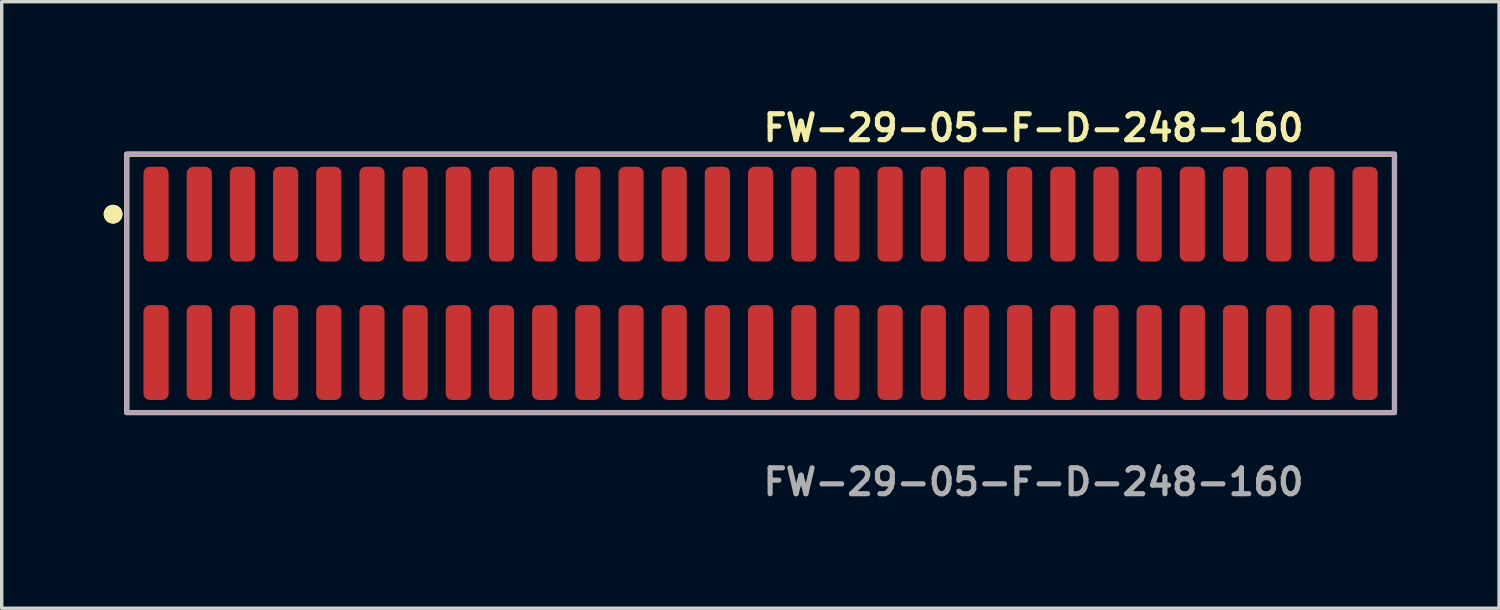
<source format=kicad_pcb>
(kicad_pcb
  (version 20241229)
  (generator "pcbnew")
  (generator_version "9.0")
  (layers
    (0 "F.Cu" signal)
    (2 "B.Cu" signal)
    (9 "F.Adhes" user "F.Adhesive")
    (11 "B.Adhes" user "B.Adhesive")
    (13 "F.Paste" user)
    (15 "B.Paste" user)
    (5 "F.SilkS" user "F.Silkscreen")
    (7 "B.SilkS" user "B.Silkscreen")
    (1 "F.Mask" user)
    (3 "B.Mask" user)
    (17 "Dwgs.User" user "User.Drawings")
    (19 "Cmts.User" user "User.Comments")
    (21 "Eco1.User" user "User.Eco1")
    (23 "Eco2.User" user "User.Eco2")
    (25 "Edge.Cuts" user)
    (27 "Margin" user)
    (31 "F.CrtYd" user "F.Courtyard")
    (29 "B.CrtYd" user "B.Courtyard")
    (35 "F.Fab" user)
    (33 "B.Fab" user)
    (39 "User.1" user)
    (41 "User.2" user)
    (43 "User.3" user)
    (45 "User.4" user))
  (footprint "FW-29-05-F-D-248-160"
    (layer "F.Cu")
    (at 19.321 5.285)
    (property "Reference" "FW-29-05-F-D-248-160" (at 0 -4.572 0) (unlocked yes) (layer "F.SilkS") (effects (font (size 0.762 0.762) (thickness 0.152)) (justify left)))
    (fp_rect (start -18.645 3.8) (end 18.645 -3.8) (stroke (width 0.152) (type solid)) (fill no) (layer "F.SilkS"))
    (fp_circle (center -19.045 -2.035) (end -19.245 -2.035) (stroke (width 0.152) (type solid)) (fill yes) (layer "F.SilkS"))
    (fp_circle (center -19.045 -2.035) (end -19.245 -2.035) (stroke (width 0.152) (type solid)) (fill yes) (layer "F.SilkS"))
    (fp_rect (start -18.645 3.8) (end 18.645 -3.8) (stroke (width 0.006) (type solid)) (fill no) (layer "F.CrtYd"))
    (fp_rect (start -18.645 3.8) (end 18.645 -3.8) (stroke (width 0.152) (type solid)) (fill no) (layer "F.Fab"))
    (fp_text user "${REFERENCE}" (at 0 5.842 0) (unlocked yes) (layer "F.Fab") (effects (font (size 0.762 0.762) (thickness 0.152)) (justify left)))
    (pad "1" smd roundrect (at -17.78 -2.035) (size 0.74 2.79) (layers "F.Cu" "F.Paste") (roundrect_rratio 0.25))
    (pad "2" smd roundrect (at -17.78 2.035) (size 0.74 2.79) (layers "F.Cu" "F.Paste") (roundrect_rratio 0.25))
    (pad "3" smd roundrect (at -16.51 -2.035) (size 0.74 2.79) (layers "F.Cu" "F.Paste") (roundrect_rratio 0.25))
    (pad "4" smd roundrect (at -16.51 2.035) (size 0.74 2.79) (layers "F.Cu" "F.Paste") (roundrect_rratio 0.25))
    (pad "5" smd roundrect (at -15.24 -2.035) (size 0.74 2.79) (layers "F.Cu" "F.Paste") (roundrect_rratio 0.25))
    (pad "6" smd roundrect (at -15.24 2.035) (size 0.74 2.79) (layers "F.Cu" "F.Paste") (roundrect_rratio 0.25))
    (pad "7" smd roundrect (at -13.97 -2.035) (size 0.74 2.79) (layers "F.Cu" "F.Paste") (roundrect_rratio 0.25))
    (pad "8" smd roundrect (at -13.97 2.035) (size 0.74 2.79) (layers "F.Cu" "F.Paste") (roundrect_rratio 0.25))
    (pad "9" smd roundrect (at -12.7 -2.035) (size 0.74 2.79) (layers "F.Cu" "F.Paste") (roundrect_rratio 0.25))
    (pad "10" smd roundrect (at -12.7 2.035) (size 0.74 2.79) (layers "F.Cu" "F.Paste") (roundrect_rratio 0.25))
    (pad "11" smd roundrect (at -11.43 -2.035) (size 0.74 2.79) (layers "F.Cu" "F.Paste") (roundrect_rratio 0.25))
    (pad "12" smd roundrect (at -11.43 2.035) (size 0.74 2.79) (layers "F.Cu" "F.Paste") (roundrect_rratio 0.25))
    (pad "13" smd roundrect (at -10.16 -2.035) (size 0.74 2.79) (layers "F.Cu" "F.Paste") (roundrect_rratio 0.25))
    (pad "14" smd roundrect (at -10.16 2.035) (size 0.74 2.79) (layers "F.Cu" "F.Paste") (roundrect_rratio 0.25))
    (pad "15" smd roundrect (at -8.89 -2.035) (size 0.74 2.79) (layers "F.Cu" "F.Paste") (roundrect_rratio 0.25))
    (pad "16" smd roundrect (at -8.89 2.035) (size 0.74 2.79) (layers "F.Cu" "F.Paste") (roundrect_rratio 0.25))
    (pad "17" smd roundrect (at -7.62 -2.035) (size 0.74 2.79) (layers "F.Cu" "F.Paste") (roundrect_rratio 0.25))
    (pad "18" smd roundrect (at -7.62 2.035) (size 0.74 2.79) (layers "F.Cu" "F.Paste") (roundrect_rratio 0.25))
    (pad "19" smd roundrect (at -6.35 -2.035) (size 0.74 2.79) (layers "F.Cu" "F.Paste") (roundrect_rratio 0.25))
    (pad "20" smd roundrect (at -6.35 2.035) (size 0.74 2.79) (layers "F.Cu" "F.Paste") (roundrect_rratio 0.25))
    (pad "21" smd roundrect (at -5.08 -2.035) (size 0.74 2.79) (layers "F.Cu" "F.Paste") (roundrect_rratio 0.25))
    (pad "22" smd roundrect (at -5.08 2.035) (size 0.74 2.79) (layers "F.Cu" "F.Paste") (roundrect_rratio 0.25))
    (pad "23" smd roundrect (at -3.81 -2.035) (size 0.74 2.79) (layers "F.Cu" "F.Paste") (roundrect_rratio 0.25))
    (pad "24" smd roundrect (at -3.81 2.035) (size 0.74 2.79) (layers "F.Cu" "F.Paste") (roundrect_rratio 0.25))
    (pad "25" smd roundrect (at -2.54 -2.035) (size 0.74 2.79) (layers "F.Cu" "F.Paste") (roundrect_rratio 0.25))
    (pad "26" smd roundrect (at -2.54 2.035) (size 0.74 2.79) (layers "F.Cu" "F.Paste") (roundrect_rratio 0.25))
    (pad "27" smd roundrect (at -1.27 -2.035) (size 0.74 2.79) (layers "F.Cu" "F.Paste") (roundrect_rratio 0.25))
    (pad "28" smd roundrect (at -1.27 2.035) (size 0.74 2.79) (layers "F.Cu" "F.Paste") (roundrect_rratio 0.25))
    (pad "29" smd roundrect (at 0 -2.035) (size 0.74 2.79) (layers "F.Cu" "F.Paste") (roundrect_rratio 0.25))
    (pad "30" smd roundrect (at 0 2.035) (size 0.74 2.79) (layers "F.Cu" "F.Paste") (roundrect_rratio 0.25))
    (pad "31" smd roundrect (at 1.27 -2.035) (size 0.74 2.79) (layers "F.Cu" "F.Paste") (roundrect_rratio 0.25))
    (pad "32" smd roundrect (at 1.27 2.035) (size 0.74 2.79) (layers "F.Cu" "F.Paste") (roundrect_rratio 0.25))
    (pad "33" smd roundrect (at 2.54 -2.035) (size 0.74 2.79) (layers "F.Cu" "F.Paste") (roundrect_rratio 0.25))
    (pad "34" smd roundrect (at 2.54 2.035) (size 0.74 2.79) (layers "F.Cu" "F.Paste") (roundrect_rratio 0.25))
    (pad "35" smd roundrect (at 3.81 -2.035) (size 0.74 2.79) (layers "F.Cu" "F.Paste") (roundrect_rratio 0.25))
    (pad "36" smd roundrect (at 3.81 2.035) (size 0.74 2.79) (layers "F.Cu" "F.Paste") (roundrect_rratio 0.25))
    (pad "37" smd roundrect (at 5.08 -2.035) (size 0.74 2.79) (layers "F.Cu" "F.Paste") (roundrect_rratio 0.25))
    (pad "38" smd roundrect (at 5.08 2.035) (size 0.74 2.79) (layers "F.Cu" "F.Paste") (roundrect_rratio 0.25))
    (pad "39" smd roundrect (at 6.35 -2.035) (size 0.74 2.79) (layers "F.Cu" "F.Paste") (roundrect_rratio 0.25))
    (pad "40" smd roundrect (at 6.35 2.035) (size 0.74 2.79) (layers "F.Cu" "F.Paste") (roundrect_rratio 0.25))
    (pad "41" smd roundrect (at 7.62 -2.035) (size 0.74 2.79) (layers "F.Cu" "F.Paste") (roundrect_rratio 0.25))
    (pad "42" smd roundrect (at 7.62 2.035) (size 0.74 2.79) (layers "F.Cu" "F.Paste") (roundrect_rratio 0.25))
    (pad "43" smd roundrect (at 8.89 -2.035) (size 0.74 2.79) (layers "F.Cu" "F.Paste") (roundrect_rratio 0.25))
    (pad "44" smd roundrect (at 8.89 2.035) (size 0.74 2.79) (layers "F.Cu" "F.Paste") (roundrect_rratio 0.25))
    (pad "45" smd roundrect (at 10.16 -2.035) (size 0.74 2.79) (layers "F.Cu" "F.Paste") (roundrect_rratio 0.25))
    (pad "46" smd roundrect (at 10.16 2.035) (size 0.74 2.79) (layers "F.Cu" "F.Paste") (roundrect_rratio 0.25))
    (pad "47" smd roundrect (at 11.43 -2.035) (size 0.74 2.79) (layers "F.Cu" "F.Paste") (roundrect_rratio 0.25))
    (pad "48" smd roundrect (at 11.43 2.035) (size 0.74 2.79) (layers "F.Cu" "F.Paste") (roundrect_rratio 0.25))
    (pad "49" smd roundrect (at 12.7 -2.035) (size 0.74 2.79) (layers "F.Cu" "F.Paste") (roundrect_rratio 0.25))
    (pad "50" smd roundrect (at 12.7 2.035) (size 0.74 2.79) (layers "F.Cu" "F.Paste") (roundrect_rratio 0.25))
    (pad "51" smd roundrect (at 13.97 -2.035) (size 0.74 2.79) (layers "F.Cu" "F.Paste") (roundrect_rratio 0.25))
    (pad "52" smd roundrect (at 13.97 2.035) (size 0.74 2.79) (layers "F.Cu" "F.Paste") (roundrect_rratio 0.25))
    (pad "53" smd roundrect (at 15.24 -2.035) (size 0.74 2.79) (layers "F.Cu" "F.Paste") (roundrect_rratio 0.25))
    (pad "54" smd roundrect (at 15.24 2.035) (size 0.74 2.79) (layers "F.Cu" "F.Paste") (roundrect_rratio 0.25))
    (pad "55" smd roundrect (at 16.51 -2.035) (size 0.74 2.79) (layers "F.Cu" "F.Paste") (roundrect_rratio 0.25))
    (pad "56" smd roundrect (at 16.51 2.035) (size 0.74 2.79) (layers "F.Cu" "F.Paste") (roundrect_rratio 0.25))
    (pad "57" smd roundrect (at 17.78 -2.035) (size 0.74 2.79) (layers "F.Cu" "F.Paste") (roundrect_rratio 0.25))
    (pad "58" smd roundrect (at 17.78 2.035) (size 0.74 2.79) (layers "F.Cu" "F.Paste") (roundrect_rratio 0.25)))
  (gr_rect
    (start -3 -3)
    (end 41.042 14.84)
    (stroke (width 0.1) (type default))
    (fill no)
    (layer "Edge.Cuts")))
</source>
